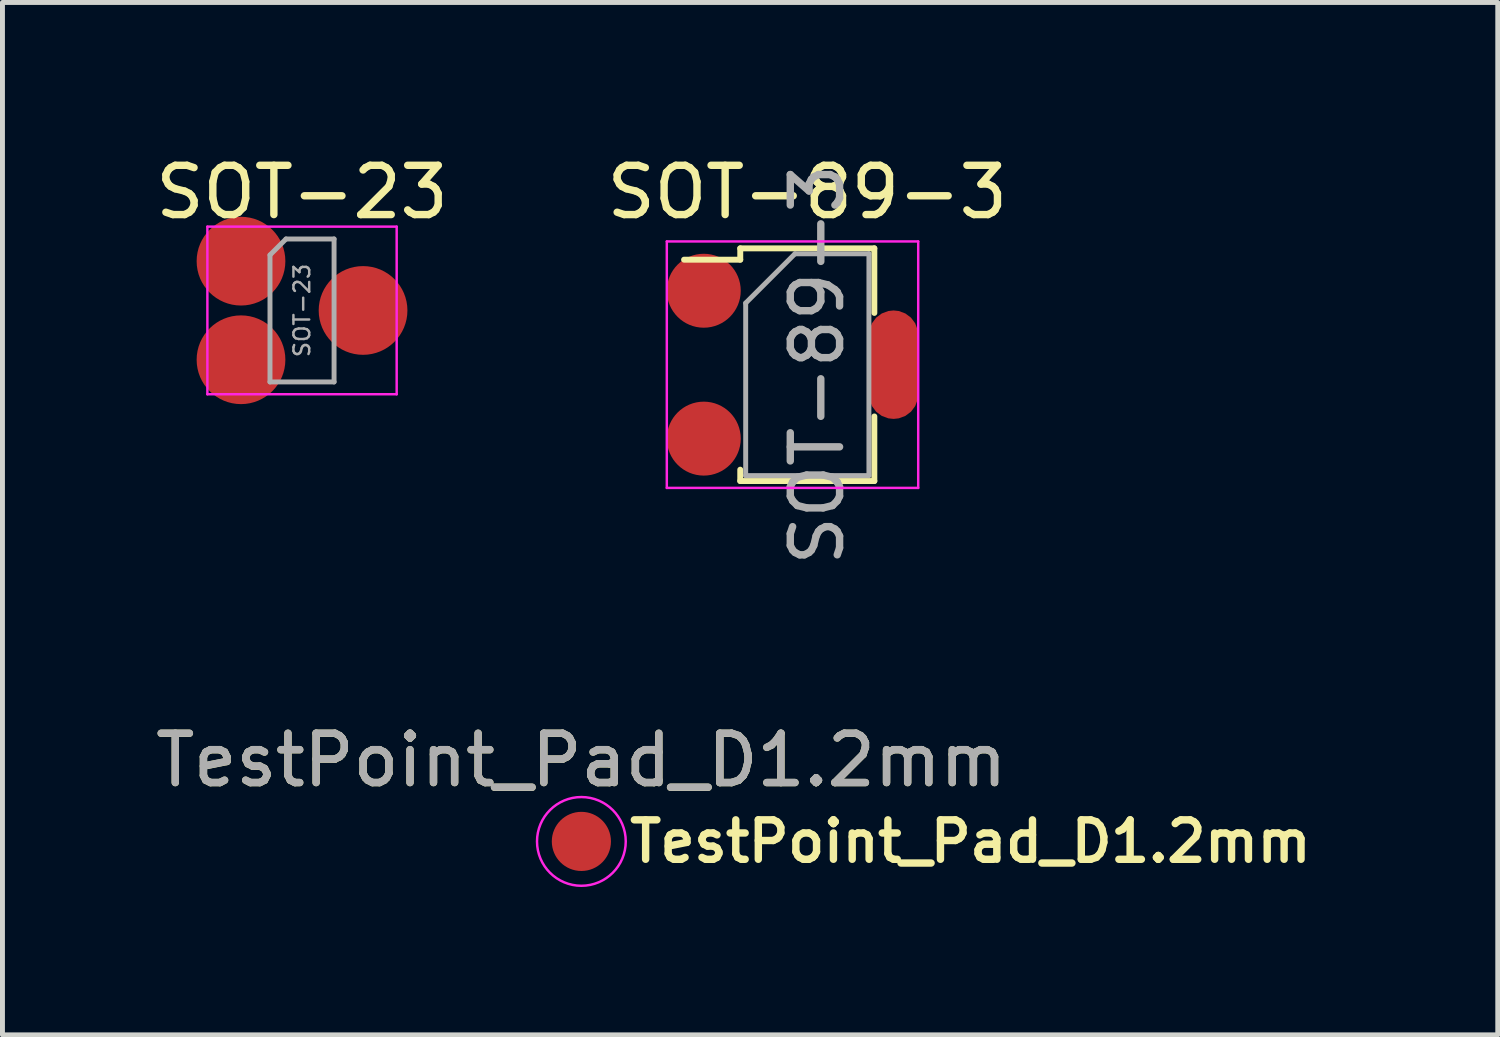
<source format=kicad_pcb>
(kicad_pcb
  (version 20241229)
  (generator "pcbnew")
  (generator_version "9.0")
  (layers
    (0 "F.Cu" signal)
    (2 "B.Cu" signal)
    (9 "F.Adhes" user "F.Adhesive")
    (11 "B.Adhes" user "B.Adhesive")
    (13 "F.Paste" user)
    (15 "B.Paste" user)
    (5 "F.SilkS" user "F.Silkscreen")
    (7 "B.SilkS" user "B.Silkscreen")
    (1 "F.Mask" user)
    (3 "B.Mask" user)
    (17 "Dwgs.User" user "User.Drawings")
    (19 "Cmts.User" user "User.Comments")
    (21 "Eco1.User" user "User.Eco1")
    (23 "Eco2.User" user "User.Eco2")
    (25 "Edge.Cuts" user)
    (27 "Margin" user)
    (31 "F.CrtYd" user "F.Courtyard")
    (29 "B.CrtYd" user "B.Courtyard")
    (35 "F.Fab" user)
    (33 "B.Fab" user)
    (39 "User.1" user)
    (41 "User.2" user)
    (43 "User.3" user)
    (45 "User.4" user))
  (footprint "SOT-23"
    (layer "F.Cu")
    (at 3.077 3.248)
    (property "Reference" "SOT-23" (at 0 -2.4 0) (layer "F.SilkS") (effects (font (size 1 1) (thickness 0.15))))
    (attr smd)
    (fp_line (start -1.92 -1.7) (end -1.92 1.7) (stroke (width 0.05) (type solid)) (layer "F.CrtYd"))
    (fp_line (start -1.92 1.7) (end 1.92 1.7) (stroke (width 0.05) (type solid)) (layer "F.CrtYd"))
    (fp_line (start 1.92 -1.7) (end -1.92 -1.7) (stroke (width 0.05) (type solid)) (layer "F.CrtYd"))
    (fp_line (start 1.92 1.7) (end 1.92 -1.7) (stroke (width 0.05) (type solid)) (layer "F.CrtYd"))
    (fp_line (start -0.65 -1.125) (end -0.325 -1.45) (stroke (width 0.1) (type solid)) (layer "F.Fab"))
    (fp_line (start -0.65 1.45) (end -0.65 -1.125) (stroke (width 0.1) (type solid)) (layer "F.Fab"))
    (fp_line (start -0.325 -1.45) (end 0.65 -1.45) (stroke (width 0.1) (type solid)) (layer "F.Fab"))
    (fp_line (start 0.65 -1.45) (end 0.65 1.45) (stroke (width 0.1) (type solid)) (layer "F.Fab"))
    (fp_line (start 0.65 1.45) (end -0.65 1.45) (stroke (width 0.1) (type solid)) (layer "F.Fab"))
    (fp_text user "${REFERENCE}" (at 0 0 270) (layer "F.Fab") (effects (font (size 0.32 0.32) (thickness 0.05))))
    (pad "1" smd circle (at -1.238 -1) (size 1.8 1.8) (layers "F.Cu" "F.Mask" "F.Paste"))
    (pad "2" smd circle (at -1.238 1) (size 1.8 1.8) (layers "F.Cu" "F.Mask" "F.Paste"))
    (pad "3" smd circle (at 1.238 0) (size 1.8 1.8) (layers "F.Cu" "F.Mask" "F.Paste")))
  (footprint "TestPoint_Pad_D1.2mm"
    (layer "F.Cu")
    (at 8.744 14.019)
    (property "Reference" "TestPoint_Pad_D1.2mm" (at 0 -1.648 0) (layer "F.SilkS") (effects (font (size 1 1) (thickness 0.15))))
    (property "Value" "TestPoint_Pad_D1.2mm" (at 0 1.75 0) (layer "F.Fab") (hide yes) (effects (font (size 1 1) (thickness 0.15))))
    (attr exclude_from_pos_files exclude_from_bom)
    (fp_circle (center 0 0) (end 0.9 0) (stroke (width 0.05) (type solid)) (fill no) (layer "F.CrtYd"))
    (fp_text user "${VALUE} " (at 0.9 0 0) (layer "F.SilkS") (effects (font (size 0.8 0.8) (thickness 0.15)) (justify left)))
    (fp_text user "${REFERENCE}" (at 0 -1.65 0) (layer "F.Fab") (effects (font (size 1 1) (thickness 0.15))))
    (pad "1" smd circle (at 0 0) (size 1.2 1.2) (layers "F.Cu" "F.Mask")))
  (footprint "SOT-89-3"
    (layer "F.Cu")
    (at 13.327 4.348)
    (property "Reference" "SOT-89-3" (at 0 -3.5 0) (layer "F.SilkS") (effects (font (size 1 1) (thickness 0.15))))
    (attr smd)
    (fp_line (start -2.5 -2.13) (end -1.36 -2.13) (stroke (width 0.12) (type solid)) (layer "F.SilkS"))
    (fp_line (start -1.36 -2.36) (end -1.36 -2.13) (stroke (width 0.12) (type solid)) (layer "F.SilkS"))
    (fp_line (start -1.36 -2.36) (end 1.36 -2.36) (stroke (width 0.12) (type solid)) (layer "F.SilkS"))
    (fp_line (start -1.36 2.36) (end -1.36 2.13) (stroke (width 0.12) (type solid)) (layer "F.SilkS"))
    (fp_line (start 1.36 -2.36) (end 1.36 -1.05) (stroke (width 0.12) (type solid)) (layer "F.SilkS"))
    (fp_line (start 1.36 1.05) (end 1.36 2.36) (stroke (width 0.12) (type solid)) (layer "F.SilkS"))
    (fp_line (start 1.36 2.36) (end -1.36 2.36) (stroke (width 0.12) (type solid)) (layer "F.SilkS"))
    (fp_line (start -2.85 2.5) (end -2.85 -2.5) (stroke (width 0.05) (type solid)) (layer "F.CrtYd"))
    (fp_line (start -2.85 2.5) (end 2.25 2.5) (stroke (width 0.05) (type solid)) (layer "F.CrtYd"))
    (fp_line (start 2.25 -2.5) (end -2.85 -2.5) (stroke (width 0.05) (type solid)) (layer "F.CrtYd"))
    (fp_line (start 2.25 -2.5) (end 2.25 2.5) (stroke (width 0.05) (type solid)) (layer "F.CrtYd"))
    (fp_line (start -1.25 -1.25) (end -0.25 -2.25) (stroke (width 0.1) (type solid)) (layer "F.Fab"))
    (fp_line (start -1.25 2.25) (end -1.25 -1.25) (stroke (width 0.1) (type solid)) (layer "F.Fab"))
    (fp_line (start -0.25 -2.25) (end 1.25 -2.25) (stroke (width 0.1) (type solid)) (layer "F.Fab"))
    (fp_line (start 1.25 -2.25) (end 1.25 2.25) (stroke (width 0.1) (type solid)) (layer "F.Fab"))
    (fp_line (start 1.25 2.25) (end -1.25 2.25) (stroke (width 0.1) (type solid)) (layer "F.Fab"))
    (fp_text user "${REFERENCE}" (at 0.2 0 90) (layer "F.Fab") (effects (font (size 1 1) (thickness 0.15))))
    (pad "1" smd circle (at -2.1 -1.5) (size 1.5 1.5) (layers "F.Cu" "F.Mask" "F.Paste"))
    (pad "2" smd roundrect (at 1.75 0) (size 1 2.2) (layers "F.Cu" "F.Mask" "F.Paste") (roundrect_rratio 0.5))
    (pad "3" smd circle (at -2.1 1.5) (size 1.5 1.5) (layers "F.Cu" "F.Mask" "F.Paste")))
  (gr_rect
    (start -3 -3)
    (end 27.334 17.944)
    (stroke (width 0.1) (type default))
    (fill no)
    (layer "Edge.Cuts")))
</source>
